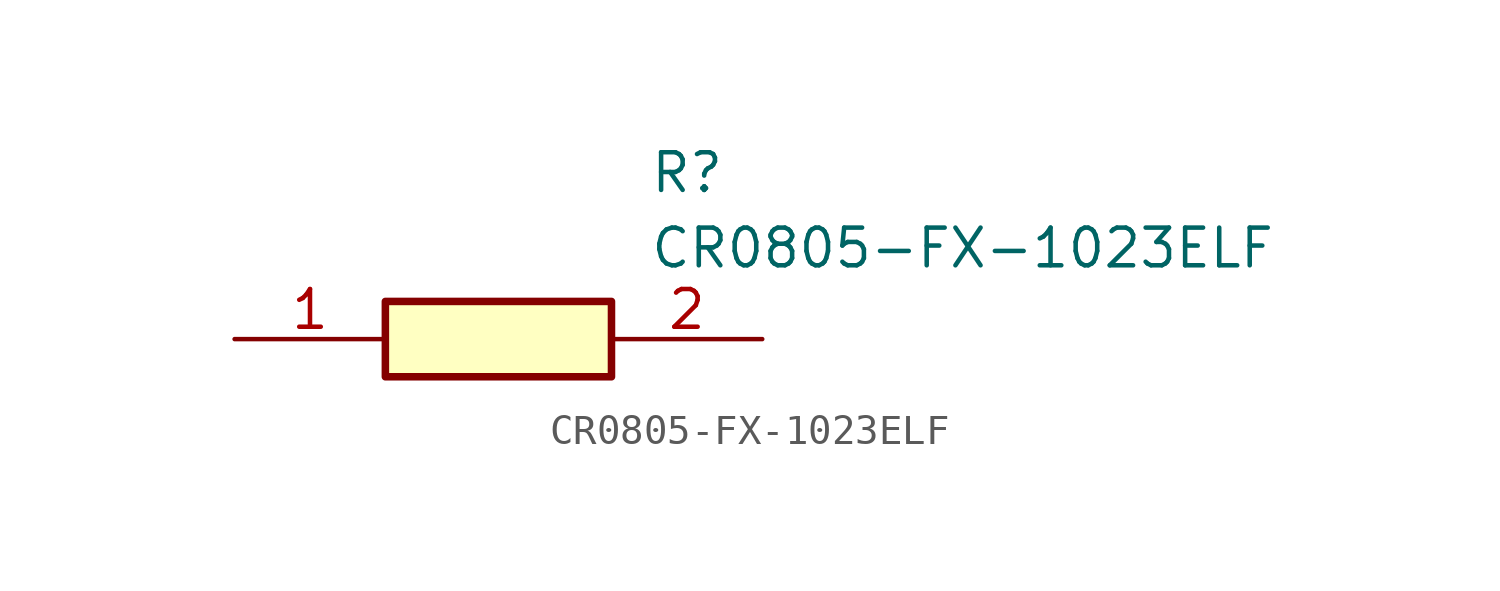
<source format=kicad_sym>
(kicad_symbol_lib
  (version 20211014)
  (generator SamacSys_ECAD_Model)
  (symbol "CR0805-FX-1023ELF"
    (pin_names hide)
    (property "Reference" "R"
      (at 13.97 6.35 0)
      (effects (font (size 1.27 1.27)) (justify left top)))
    (property "Value" "CR0805-FX-1023ELF"
      (at 13.97 3.81 0)
      (effects (font (size 1.27 1.27)) (justify left top)))
    (rectangle
      (start 5.08 1.27)
      (end 12.7 -1.27)
      (stroke (width 0.254) (type default))
      (fill (type background)))
    (pin passive line
      (at 0 0 0)
      (length 5.08)
      (name "1" (effects (font (size 1.27 1.27))))
      (number "1" (effects (font (size 1.27 1.27)))))
    (pin passive line
      (at 17.78 0 180)
      (length 5.08)
      (name "2" (effects (font (size 1.27 1.27))))
      (number "2" (effects (font (size 1.27 1.27)))))))
</source>
